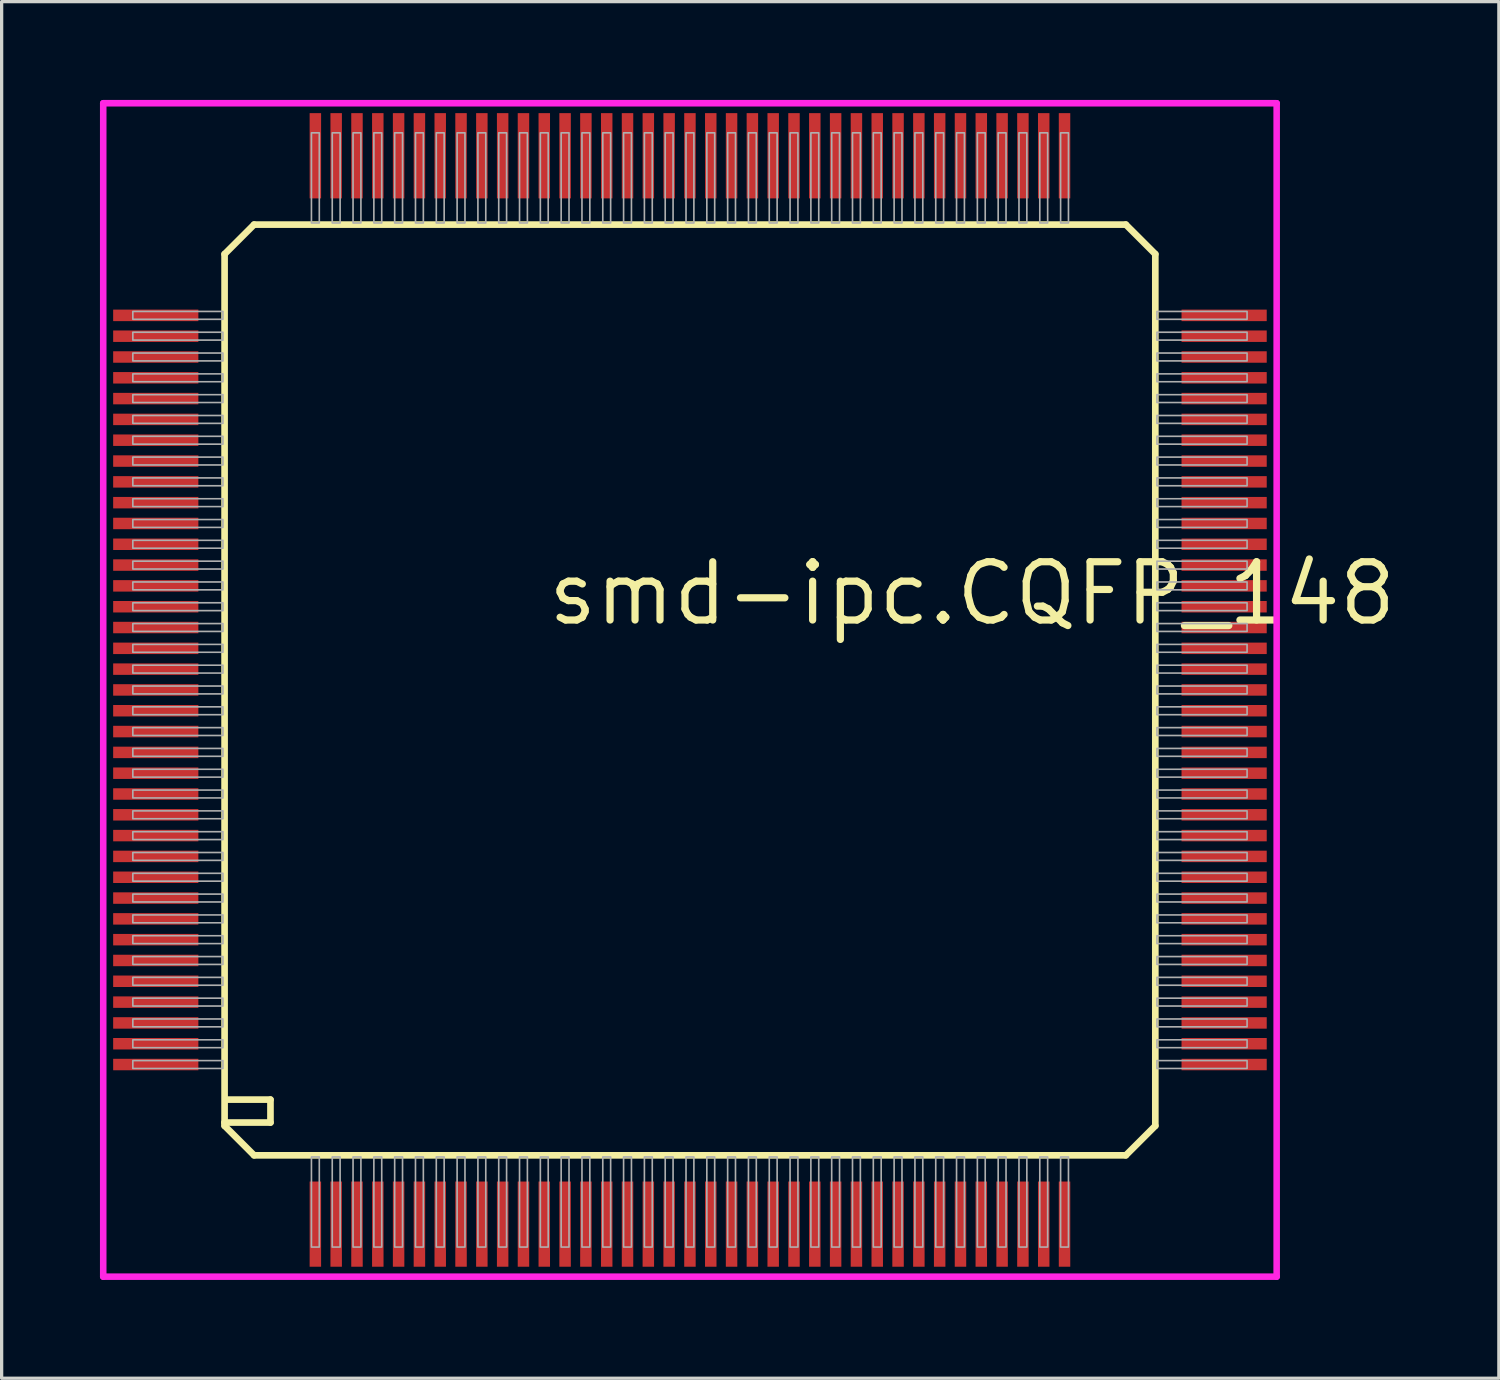
<source format=kicad_pcb>
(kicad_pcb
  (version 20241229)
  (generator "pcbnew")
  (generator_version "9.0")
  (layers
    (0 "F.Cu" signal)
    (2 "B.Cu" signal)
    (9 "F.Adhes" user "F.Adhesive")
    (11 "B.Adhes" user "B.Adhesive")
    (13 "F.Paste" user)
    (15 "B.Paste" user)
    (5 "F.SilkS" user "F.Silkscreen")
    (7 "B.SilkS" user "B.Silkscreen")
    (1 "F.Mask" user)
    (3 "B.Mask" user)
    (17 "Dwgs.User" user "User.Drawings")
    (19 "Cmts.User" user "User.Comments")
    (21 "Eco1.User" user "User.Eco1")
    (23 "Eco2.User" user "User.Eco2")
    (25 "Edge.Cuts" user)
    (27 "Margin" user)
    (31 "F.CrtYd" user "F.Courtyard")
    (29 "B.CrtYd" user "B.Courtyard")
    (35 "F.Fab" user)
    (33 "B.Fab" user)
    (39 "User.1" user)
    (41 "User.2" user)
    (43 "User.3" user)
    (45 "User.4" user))
  (footprint "smd-ipc.CQFP_148"
    (layer "F.Cu")
    (at 18.003 18.003)
    (property "Reference" "smd-ipc.CQFP_148" (at -4.445 -1.905 0) (layer "F.SilkS") (effects (font (size 1.778 1.778) (thickness 0.22)) (justify left bottom)))
    (attr smd)
    (fp_line (start -14.2 -13.3) (end -14.2 13.2) (stroke (width 0.203) (type default)) (layer "F.SilkS"))
    (fp_line (start -14.2 -13.3) (end -13.3 -14.2) (stroke (width 0.203) (type default)) (layer "F.SilkS"))
    (fp_line (start -14.2 13.2) (end -14.2 13.3) (stroke (width 0.203) (type default)) (layer "F.SilkS"))
    (fp_line (start -14.2 13.2) (end -12.8 13.2) (stroke (width 0.203) (type default)) (layer "F.SilkS"))
    (fp_line (start -14.2 13.3) (end -13.3 14.2) (stroke (width 0.203) (type default)) (layer "F.SilkS"))
    (fp_line (start -13.3 14.2) (end 13.3 14.2) (stroke (width 0.203) (type default)) (layer "F.SilkS"))
    (fp_line (start -12.8 12.5) (end -14.1 12.5) (stroke (width 0.203) (type default)) (layer "F.SilkS"))
    (fp_line (start -12.8 13.2) (end -12.8 12.5) (stroke (width 0.203) (type default)) (layer "F.SilkS"))
    (fp_line (start 13.3 -14.2) (end -13.3 -14.2) (stroke (width 0.203) (type default)) (layer "F.SilkS"))
    (fp_line (start 13.3 -14.2) (end 14.2 -13.3) (stroke (width 0.203) (type default)) (layer "F.SilkS"))
    (fp_line (start 13.3 14.2) (end 14.2 13.3) (stroke (width 0.203) (type default)) (layer "F.SilkS"))
    (fp_line (start 14.2 13.3) (end 14.2 -13.3) (stroke (width 0.203) (type default)) (layer "F.SilkS"))
    (fp_line (start -17.903 -17.903) (end 17.903 -17.903) (stroke (width 0.2) (type default)) (layer "F.CrtYd"))
    (fp_line (start -17.903 17.903) (end -17.903 -17.903) (stroke (width 0.2) (type default)) (layer "F.CrtYd"))
    (fp_line (start 17.903 -17.903) (end 17.903 17.903) (stroke (width 0.2) (type default)) (layer "F.CrtYd"))
    (fp_line (start 17.903 17.903) (end -17.903 17.903) (stroke (width 0.2) (type default)) (layer "F.CrtYd"))
    (fp_rect (start -17 -11.31) (end -14.25 -11.55) (stroke (width 0.05) (type default)) (fill no) (layer "F.Fab"))
    (fp_rect (start -17 -10.675) (end -14.25 -10.915) (stroke (width 0.05) (type default)) (fill no) (layer "F.Fab"))
    (fp_rect (start -17 -10.04) (end -14.25 -10.28) (stroke (width 0.05) (type default)) (fill no) (layer "F.Fab"))
    (fp_rect (start -17 -9.405) (end -14.25 -9.645) (stroke (width 0.05) (type default)) (fill no) (layer "F.Fab"))
    (fp_rect (start -17 -8.77) (end -14.25 -9.01) (stroke (width 0.05) (type default)) (fill no) (layer "F.Fab"))
    (fp_rect (start -17 -8.135) (end -14.25 -8.375) (stroke (width 0.05) (type default)) (fill no) (layer "F.Fab"))
    (fp_rect (start -17 -7.5) (end -14.25 -7.74) (stroke (width 0.05) (type default)) (fill no) (layer "F.Fab"))
    (fp_rect (start -17 -6.865) (end -14.25 -7.105) (stroke (width 0.05) (type default)) (fill no) (layer "F.Fab"))
    (fp_rect (start -17 -6.23) (end -14.25 -6.47) (stroke (width 0.05) (type default)) (fill no) (layer "F.Fab"))
    (fp_rect (start -17 -5.595) (end -14.25 -5.835) (stroke (width 0.05) (type default)) (fill no) (layer "F.Fab"))
    (fp_rect (start -17 -4.96) (end -14.25 -5.2) (stroke (width 0.05) (type default)) (fill no) (layer "F.Fab"))
    (fp_rect (start -17 -4.325) (end -14.25 -4.565) (stroke (width 0.05) (type default)) (fill no) (layer "F.Fab"))
    (fp_rect (start -17 -3.69) (end -14.25 -3.93) (stroke (width 0.05) (type default)) (fill no) (layer "F.Fab"))
    (fp_rect (start -17 -3.055) (end -14.25 -3.295) (stroke (width 0.05) (type default)) (fill no) (layer "F.Fab"))
    (fp_rect (start -17 -2.42) (end -14.25 -2.66) (stroke (width 0.05) (type default)) (fill no) (layer "F.Fab"))
    (fp_rect (start -17 -1.785) (end -14.25 -2.025) (stroke (width 0.05) (type default)) (fill no) (layer "F.Fab"))
    (fp_rect (start -17 -1.15) (end -14.25 -1.39) (stroke (width 0.05) (type default)) (fill no) (layer "F.Fab"))
    (fp_rect (start -17 -0.515) (end -14.25 -0.755) (stroke (width 0.05) (type default)) (fill no) (layer "F.Fab"))
    (fp_rect (start -17 0.12) (end -14.25 -0.12) (stroke (width 0.05) (type default)) (fill no) (layer "F.Fab"))
    (fp_rect (start -17 0.755) (end -14.25 0.515) (stroke (width 0.05) (type default)) (fill no) (layer "F.Fab"))
    (fp_rect (start -17 1.39) (end -14.25 1.15) (stroke (width 0.05) (type default)) (fill no) (layer "F.Fab"))
    (fp_rect (start -17 2.025) (end -14.25 1.785) (stroke (width 0.05) (type default)) (fill no) (layer "F.Fab"))
    (fp_rect (start -17 2.66) (end -14.25 2.42) (stroke (width 0.05) (type default)) (fill no) (layer "F.Fab"))
    (fp_rect (start -17 3.295) (end -14.25 3.055) (stroke (width 0.05) (type default)) (fill no) (layer "F.Fab"))
    (fp_rect (start -17 3.93) (end -14.25 3.69) (stroke (width 0.05) (type default)) (fill no) (layer "F.Fab"))
    (fp_rect (start -17 4.565) (end -14.25 4.325) (stroke (width 0.05) (type default)) (fill no) (layer "F.Fab"))
    (fp_rect (start -17 5.2) (end -14.25 4.96) (stroke (width 0.05) (type default)) (fill no) (layer "F.Fab"))
    (fp_rect (start -17 5.835) (end -14.25 5.595) (stroke (width 0.05) (type default)) (fill no) (layer "F.Fab"))
    (fp_rect (start -17 6.47) (end -14.25 6.23) (stroke (width 0.05) (type default)) (fill no) (layer "F.Fab"))
    (fp_rect (start -17 7.105) (end -14.25 6.865) (stroke (width 0.05) (type default)) (fill no) (layer "F.Fab"))
    (fp_rect (start -17 7.74) (end -14.25 7.5) (stroke (width 0.05) (type default)) (fill no) (layer "F.Fab"))
    (fp_rect (start -17 8.375) (end -14.25 8.135) (stroke (width 0.05) (type default)) (fill no) (layer "F.Fab"))
    (fp_rect (start -17 9.01) (end -14.25 8.77) (stroke (width 0.05) (type default)) (fill no) (layer "F.Fab"))
    (fp_rect (start -17 9.645) (end -14.25 9.405) (stroke (width 0.05) (type default)) (fill no) (layer "F.Fab"))
    (fp_rect (start -17 10.28) (end -14.25 10.04) (stroke (width 0.05) (type default)) (fill no) (layer "F.Fab"))
    (fp_rect (start -17 10.915) (end -14.25 10.675) (stroke (width 0.05) (type default)) (fill no) (layer "F.Fab"))
    (fp_rect (start -17 11.55) (end -14.25 11.31) (stroke (width 0.05) (type default)) (fill no) (layer "F.Fab"))
    (fp_rect (start -11.55 -14.25) (end -11.31 -17) (stroke (width 0.05) (type default)) (fill no) (layer "F.Fab"))
    (fp_rect (start -11.55 17) (end -11.31 14.25) (stroke (width 0.05) (type default)) (fill no) (layer "F.Fab"))
    (fp_rect (start -10.915 -14.25) (end -10.675 -17) (stroke (width 0.05) (type default)) (fill no) (layer "F.Fab"))
    (fp_rect (start -10.915 17) (end -10.675 14.25) (stroke (width 0.05) (type default)) (fill no) (layer "F.Fab"))
    (fp_rect (start -10.28 -14.25) (end -10.04 -17) (stroke (width 0.05) (type default)) (fill no) (layer "F.Fab"))
    (fp_rect (start -10.28 17) (end -10.04 14.25) (stroke (width 0.05) (type default)) (fill no) (layer "F.Fab"))
    (fp_rect (start -9.645 -14.25) (end -9.405 -17) (stroke (width 0.05) (type default)) (fill no) (layer "F.Fab"))
    (fp_rect (start -9.645 17) (end -9.405 14.25) (stroke (width 0.05) (type default)) (fill no) (layer "F.Fab"))
    (fp_rect (start -9.01 -14.25) (end -8.77 -17) (stroke (width 0.05) (type default)) (fill no) (layer "F.Fab"))
    (fp_rect (start -9.01 17) (end -8.77 14.25) (stroke (width 0.05) (type default)) (fill no) (layer "F.Fab"))
    (fp_rect (start -8.375 -14.25) (end -8.135 -17) (stroke (width 0.05) (type default)) (fill no) (layer "F.Fab"))
    (fp_rect (start -8.375 17) (end -8.135 14.25) (stroke (width 0.05) (type default)) (fill no) (layer "F.Fab"))
    (fp_rect (start -7.74 -14.25) (end -7.5 -17) (stroke (width 0.05) (type default)) (fill no) (layer "F.Fab"))
    (fp_rect (start -7.74 17) (end -7.5 14.25) (stroke (width 0.05) (type default)) (fill no) (layer "F.Fab"))
    (fp_rect (start -7.105 -14.25) (end -6.865 -17) (stroke (width 0.05) (type default)) (fill no) (layer "F.Fab"))
    (fp_rect (start -7.105 17) (end -6.865 14.25) (stroke (width 0.05) (type default)) (fill no) (layer "F.Fab"))
    (fp_rect (start -6.47 -14.25) (end -6.23 -17) (stroke (width 0.05) (type default)) (fill no) (layer "F.Fab"))
    (fp_rect (start -6.47 17) (end -6.23 14.25) (stroke (width 0.05) (type default)) (fill no) (layer "F.Fab"))
    (fp_rect (start -5.835 -14.25) (end -5.595 -17) (stroke (width 0.05) (type default)) (fill no) (layer "F.Fab"))
    (fp_rect (start -5.835 17) (end -5.595 14.25) (stroke (width 0.05) (type default)) (fill no) (layer "F.Fab"))
    (fp_rect (start -5.2 -14.25) (end -4.96 -17) (stroke (width 0.05) (type default)) (fill no) (layer "F.Fab"))
    (fp_rect (start -5.2 17) (end -4.96 14.25) (stroke (width 0.05) (type default)) (fill no) (layer "F.Fab"))
    (fp_rect (start -4.565 -14.25) (end -4.325 -17) (stroke (width 0.05) (type default)) (fill no) (layer "F.Fab"))
    (fp_rect (start -4.565 17) (end -4.325 14.25) (stroke (width 0.05) (type default)) (fill no) (layer "F.Fab"))
    (fp_rect (start -3.93 -14.25) (end -3.69 -17) (stroke (width 0.05) (type default)) (fill no) (layer "F.Fab"))
    (fp_rect (start -3.93 17) (end -3.69 14.25) (stroke (width 0.05) (type default)) (fill no) (layer "F.Fab"))
    (fp_rect (start -3.295 -14.25) (end -3.055 -17) (stroke (width 0.05) (type default)) (fill no) (layer "F.Fab"))
    (fp_rect (start -3.295 17) (end -3.055 14.25) (stroke (width 0.05) (type default)) (fill no) (layer "F.Fab"))
    (fp_rect (start -2.66 -14.25) (end -2.42 -17) (stroke (width 0.05) (type default)) (fill no) (layer "F.Fab"))
    (fp_rect (start -2.66 17) (end -2.42 14.25) (stroke (width 0.05) (type default)) (fill no) (layer "F.Fab"))
    (fp_rect (start -2.025 -14.25) (end -1.785 -17) (stroke (width 0.05) (type default)) (fill no) (layer "F.Fab"))
    (fp_rect (start -2.025 17) (end -1.785 14.25) (stroke (width 0.05) (type default)) (fill no) (layer "F.Fab"))
    (fp_rect (start -1.39 -14.25) (end -1.15 -17) (stroke (width 0.05) (type default)) (fill no) (layer "F.Fab"))
    (fp_rect (start -1.39 17) (end -1.15 14.25) (stroke (width 0.05) (type default)) (fill no) (layer "F.Fab"))
    (fp_rect (start -0.755 -14.25) (end -0.515 -17) (stroke (width 0.05) (type default)) (fill no) (layer "F.Fab"))
    (fp_rect (start -0.755 17) (end -0.515 14.25) (stroke (width 0.05) (type default)) (fill no) (layer "F.Fab"))
    (fp_rect (start -0.12 -14.25) (end 0.12 -17) (stroke (width 0.05) (type default)) (fill no) (layer "F.Fab"))
    (fp_rect (start -0.12 17) (end 0.12 14.25) (stroke (width 0.05) (type default)) (fill no) (layer "F.Fab"))
    (fp_rect (start 0.515 -14.25) (end 0.755 -17) (stroke (width 0.05) (type default)) (fill no) (layer "F.Fab"))
    (fp_rect (start 0.515 17) (end 0.755 14.25) (stroke (width 0.05) (type default)) (fill no) (layer "F.Fab"))
    (fp_rect (start 1.15 -14.25) (end 1.39 -17) (stroke (width 0.05) (type default)) (fill no) (layer "F.Fab"))
    (fp_rect (start 1.15 17) (end 1.39 14.25) (stroke (width 0.05) (type default)) (fill no) (layer "F.Fab"))
    (fp_rect (start 1.785 -14.25) (end 2.025 -17) (stroke (width 0.05) (type default)) (fill no) (layer "F.Fab"))
    (fp_rect (start 1.785 17) (end 2.025 14.25) (stroke (width 0.05) (type default)) (fill no) (layer "F.Fab"))
    (fp_rect (start 2.42 -14.25) (end 2.66 -17) (stroke (width 0.05) (type default)) (fill no) (layer "F.Fab"))
    (fp_rect (start 2.42 17) (end 2.66 14.25) (stroke (width 0.05) (type default)) (fill no) (layer "F.Fab"))
    (fp_rect (start 3.055 -14.25) (end 3.295 -17) (stroke (width 0.05) (type default)) (fill no) (layer "F.Fab"))
    (fp_rect (start 3.055 17) (end 3.295 14.25) (stroke (width 0.05) (type default)) (fill no) (layer "F.Fab"))
    (fp_rect (start 3.69 -14.25) (end 3.93 -17) (stroke (width 0.05) (type default)) (fill no) (layer "F.Fab"))
    (fp_rect (start 3.69 17) (end 3.93 14.25) (stroke (width 0.05) (type default)) (fill no) (layer "F.Fab"))
    (fp_rect (start 4.325 -14.25) (end 4.565 -17) (stroke (width 0.05) (type default)) (fill no) (layer "F.Fab"))
    (fp_rect (start 4.325 17) (end 4.565 14.25) (stroke (width 0.05) (type default)) (fill no) (layer "F.Fab"))
    (fp_rect (start 4.96 -14.25) (end 5.2 -17) (stroke (width 0.05) (type default)) (fill no) (layer "F.Fab"))
    (fp_rect (start 4.96 17) (end 5.2 14.25) (stroke (width 0.05) (type default)) (fill no) (layer "F.Fab"))
    (fp_rect (start 5.595 -14.25) (end 5.835 -17) (stroke (width 0.05) (type default)) (fill no) (layer "F.Fab"))
    (fp_rect (start 5.595 17) (end 5.835 14.25) (stroke (width 0.05) (type default)) (fill no) (layer "F.Fab"))
    (fp_rect (start 6.23 -14.25) (end 6.47 -17) (stroke (width 0.05) (type default)) (fill no) (layer "F.Fab"))
    (fp_rect (start 6.23 17) (end 6.47 14.25) (stroke (width 0.05) (type default)) (fill no) (layer "F.Fab"))
    (fp_rect (start 6.865 -14.25) (end 7.105 -17) (stroke (width 0.05) (type default)) (fill no) (layer "F.Fab"))
    (fp_rect (start 6.865 17) (end 7.105 14.25) (stroke (width 0.05) (type default)) (fill no) (layer "F.Fab"))
    (fp_rect (start 7.5 -14.25) (end 7.74 -17) (stroke (width 0.05) (type default)) (fill no) (layer "F.Fab"))
    (fp_rect (start 7.5 17) (end 7.74 14.25) (stroke (width 0.05) (type default)) (fill no) (layer "F.Fab"))
    (fp_rect (start 8.135 -14.25) (end 8.375 -17) (stroke (width 0.05) (type default)) (fill no) (layer "F.Fab"))
    (fp_rect (start 8.135 17) (end 8.375 14.25) (stroke (width 0.05) (type default)) (fill no) (layer "F.Fab"))
    (fp_rect (start 8.77 -14.25) (end 9.01 -17) (stroke (width 0.05) (type default)) (fill no) (layer "F.Fab"))
    (fp_rect (start 8.77 17) (end 9.01 14.25) (stroke (width 0.05) (type default)) (fill no) (layer "F.Fab"))
    (fp_rect (start 9.405 -14.25) (end 9.645 -17) (stroke (width 0.05) (type default)) (fill no) (layer "F.Fab"))
    (fp_rect (start 9.405 17) (end 9.645 14.25) (stroke (width 0.05) (type default)) (fill no) (layer "F.Fab"))
    (fp_rect (start 10.04 -14.25) (end 10.28 -17) (stroke (width 0.05) (type default)) (fill no) (layer "F.Fab"))
    (fp_rect (start 10.04 17) (end 10.28 14.25) (stroke (width 0.05) (type default)) (fill no) (layer "F.Fab"))
    (fp_rect (start 10.675 -14.25) (end 10.915 -17) (stroke (width 0.05) (type default)) (fill no) (layer "F.Fab"))
    (fp_rect (start 10.675 17) (end 10.915 14.25) (stroke (width 0.05) (type default)) (fill no) (layer "F.Fab"))
    (fp_rect (start 11.31 -14.25) (end 11.55 -17) (stroke (width 0.05) (type default)) (fill no) (layer "F.Fab"))
    (fp_rect (start 11.31 17) (end 11.55 14.25) (stroke (width 0.05) (type default)) (fill no) (layer "F.Fab"))
    (fp_rect (start 14.25 -11.31) (end 17 -11.55) (stroke (width 0.05) (type default)) (fill no) (layer "F.Fab"))
    (fp_rect (start 14.25 -10.675) (end 17 -10.915) (stroke (width 0.05) (type default)) (fill no) (layer "F.Fab"))
    (fp_rect (start 14.25 -10.04) (end 17 -10.28) (stroke (width 0.05) (type default)) (fill no) (layer "F.Fab"))
    (fp_rect (start 14.25 -9.405) (end 17 -9.645) (stroke (width 0.05) (type default)) (fill no) (layer "F.Fab"))
    (fp_rect (start 14.25 -8.77) (end 17 -9.01) (stroke (width 0.05) (type default)) (fill no) (layer "F.Fab"))
    (fp_rect (start 14.25 -8.135) (end 17 -8.375) (stroke (width 0.05) (type default)) (fill no) (layer "F.Fab"))
    (fp_rect (start 14.25 -7.5) (end 17 -7.74) (stroke (width 0.05) (type default)) (fill no) (layer "F.Fab"))
    (fp_rect (start 14.25 -6.865) (end 17 -7.105) (stroke (width 0.05) (type default)) (fill no) (layer "F.Fab"))
    (fp_rect (start 14.25 -6.23) (end 17 -6.47) (stroke (width 0.05) (type default)) (fill no) (layer "F.Fab"))
    (fp_rect (start 14.25 -5.595) (end 17 -5.835) (stroke (width 0.05) (type default)) (fill no) (layer "F.Fab"))
    (fp_rect (start 14.25 -4.96) (end 17 -5.2) (stroke (width 0.05) (type default)) (fill no) (layer "F.Fab"))
    (fp_rect (start 14.25 -4.325) (end 17 -4.565) (stroke (width 0.05) (type default)) (fill no) (layer "F.Fab"))
    (fp_rect (start 14.25 -3.69) (end 17 -3.93) (stroke (width 0.05) (type default)) (fill no) (layer "F.Fab"))
    (fp_rect (start 14.25 -3.055) (end 17 -3.295) (stroke (width 0.05) (type default)) (fill no) (layer "F.Fab"))
    (fp_rect (start 14.25 -2.42) (end 17 -2.66) (stroke (width 0.05) (type default)) (fill no) (layer "F.Fab"))
    (fp_rect (start 14.25 -1.785) (end 17 -2.025) (stroke (width 0.05) (type default)) (fill no) (layer "F.Fab"))
    (fp_rect (start 14.25 -1.15) (end 17 -1.39) (stroke (width 0.05) (type default)) (fill no) (layer "F.Fab"))
    (fp_rect (start 14.25 -0.515) (end 17 -0.755) (stroke (width 0.05) (type default)) (fill no) (layer "F.Fab"))
    (fp_rect (start 14.25 0.12) (end 17 -0.12) (stroke (width 0.05) (type default)) (fill no) (layer "F.Fab"))
    (fp_rect (start 14.25 0.755) (end 17 0.515) (stroke (width 0.05) (type default)) (fill no) (layer "F.Fab"))
    (fp_rect (start 14.25 1.39) (end 17 1.15) (stroke (width 0.05) (type default)) (fill no) (layer "F.Fab"))
    (fp_rect (start 14.25 2.025) (end 17 1.785) (stroke (width 0.05) (type default)) (fill no) (layer "F.Fab"))
    (fp_rect (start 14.25 2.66) (end 17 2.42) (stroke (width 0.05) (type default)) (fill no) (layer "F.Fab"))
    (fp_rect (start 14.25 3.295) (end 17 3.055) (stroke (width 0.05) (type default)) (fill no) (layer "F.Fab"))
    (fp_rect (start 14.25 3.93) (end 17 3.69) (stroke (width 0.05) (type default)) (fill no) (layer "F.Fab"))
    (fp_rect (start 14.25 4.565) (end 17 4.325) (stroke (width 0.05) (type default)) (fill no) (layer "F.Fab"))
    (fp_rect (start 14.25 5.2) (end 17 4.96) (stroke (width 0.05) (type default)) (fill no) (layer "F.Fab"))
    (fp_rect (start 14.25 5.835) (end 17 5.595) (stroke (width 0.05) (type default)) (fill no) (layer "F.Fab"))
    (fp_rect (start 14.25 6.47) (end 17 6.23) (stroke (width 0.05) (type default)) (fill no) (layer "F.Fab"))
    (fp_rect (start 14.25 7.105) (end 17 6.865) (stroke (width 0.05) (type default)) (fill no) (layer "F.Fab"))
    (fp_rect (start 14.25 7.74) (end 17 7.5) (stroke (width 0.05) (type default)) (fill no) (layer "F.Fab"))
    (fp_rect (start 14.25 8.375) (end 17 8.135) (stroke (width 0.05) (type default)) (fill no) (layer "F.Fab"))
    (fp_rect (start 14.25 9.01) (end 17 8.77) (stroke (width 0.05) (type default)) (fill no) (layer "F.Fab"))
    (fp_rect (start 14.25 9.645) (end 17 9.405) (stroke (width 0.05) (type default)) (fill no) (layer "F.Fab"))
    (fp_rect (start 14.25 10.28) (end 17 10.04) (stroke (width 0.05) (type default)) (fill no) (layer "F.Fab"))
    (fp_rect (start 14.25 10.915) (end 17 10.675) (stroke (width 0.05) (type default)) (fill no) (layer "F.Fab"))
    (fp_rect (start 14.25 11.55) (end 17 11.31) (stroke (width 0.05) (type default)) (fill no) (layer "F.Fab"))
    (pad "1" smd roundrect (at -11.43 16.3) (size 0.35 2.6) (layers "F.Cu" "F.Mask" "F.Paste") (roundrect_rratio 0.01))
    (pad "2" smd roundrect (at -10.795 16.3) (size 0.35 2.6) (layers "F.Cu" "F.Mask" "F.Paste") (roundrect_rratio 0.01))
    (pad "3" smd roundrect (at -10.16 16.3) (size 0.35 2.6) (layers "F.Cu" "F.Mask" "F.Paste") (roundrect_rratio 0.01))
    (pad "4" smd roundrect (at -9.525 16.3) (size 0.35 2.6) (layers "F.Cu" "F.Mask" "F.Paste") (roundrect_rratio 0.01))
    (pad "5" smd roundrect (at -8.89 16.3) (size 0.35 2.6) (layers "F.Cu" "F.Mask" "F.Paste") (roundrect_rratio 0.01))
    (pad "6" smd roundrect (at -8.255 16.3) (size 0.35 2.6) (layers "F.Cu" "F.Mask" "F.Paste") (roundrect_rratio 0.01))
    (pad "7" smd roundrect (at -7.62 16.3) (size 0.35 2.6) (layers "F.Cu" "F.Mask" "F.Paste") (roundrect_rratio 0.01))
    (pad "8" smd roundrect (at -6.985 16.3) (size 0.35 2.6) (layers "F.Cu" "F.Mask" "F.Paste") (roundrect_rratio 0.01))
    (pad "9" smd roundrect (at -6.35 16.3) (size 0.35 2.6) (layers "F.Cu" "F.Mask" "F.Paste") (roundrect_rratio 0.01))
    (pad "10" smd roundrect (at -5.715 16.3) (size 0.35 2.6) (layers "F.Cu" "F.Mask" "F.Paste") (roundrect_rratio 0.01))
    (pad "11" smd roundrect (at -5.08 16.3) (size 0.35 2.6) (layers "F.Cu" "F.Mask" "F.Paste") (roundrect_rratio 0.01))
    (pad "12" smd roundrect (at -4.445 16.3) (size 0.35 2.6) (layers "F.Cu" "F.Mask" "F.Paste") (roundrect_rratio 0.01))
    (pad "13" smd roundrect (at -3.81 16.3) (size 0.35 2.6) (layers "F.Cu" "F.Mask" "F.Paste") (roundrect_rratio 0.01))
    (pad "14" smd roundrect (at -3.175 16.3) (size 0.35 2.6) (layers "F.Cu" "F.Mask" "F.Paste") (roundrect_rratio 0.01))
    (pad "15" smd roundrect (at -2.54 16.3) (size 0.35 2.6) (layers "F.Cu" "F.Mask" "F.Paste") (roundrect_rratio 0.01))
    (pad "16" smd roundrect (at -1.905 16.3) (size 0.35 2.6) (layers "F.Cu" "F.Mask" "F.Paste") (roundrect_rratio 0.01))
    (pad "17" smd roundrect (at -1.27 16.3) (size 0.35 2.6) (layers "F.Cu" "F.Mask" "F.Paste") (roundrect_rratio 0.01))
    (pad "18" smd roundrect (at -0.635 16.3) (size 0.35 2.6) (layers "F.Cu" "F.Mask" "F.Paste") (roundrect_rratio 0.01))
    (pad "19" smd roundrect (at 0 16.3) (size 0.35 2.6) (layers "F.Cu" "F.Mask" "F.Paste") (roundrect_rratio 0.01))
    (pad "20" smd roundrect (at 0.635 16.3) (size 0.35 2.6) (layers "F.Cu" "F.Mask" "F.Paste") (roundrect_rratio 0.01))
    (pad "21" smd roundrect (at 1.27 16.3) (size 0.35 2.6) (layers "F.Cu" "F.Mask" "F.Paste") (roundrect_rratio 0.01))
    (pad "22" smd roundrect (at 1.905 16.3) (size 0.35 2.6) (layers "F.Cu" "F.Mask" "F.Paste") (roundrect_rratio 0.01))
    (pad "23" smd roundrect (at 2.54 16.3) (size 0.35 2.6) (layers "F.Cu" "F.Mask" "F.Paste") (roundrect_rratio 0.01))
    (pad "24" smd roundrect (at 3.175 16.3) (size 0.35 2.6) (layers "F.Cu" "F.Mask" "F.Paste") (roundrect_rratio 0.01))
    (pad "25" smd roundrect (at 3.81 16.3) (size 0.35 2.6) (layers "F.Cu" "F.Mask" "F.Paste") (roundrect_rratio 0.01))
    (pad "26" smd roundrect (at 4.445 16.3) (size 0.35 2.6) (layers "F.Cu" "F.Mask" "F.Paste") (roundrect_rratio 0.01))
    (pad "27" smd roundrect (at 5.08 16.3) (size 0.35 2.6) (layers "F.Cu" "F.Mask" "F.Paste") (roundrect_rratio 0.01))
    (pad "28" smd roundrect (at 5.715 16.3) (size 0.35 2.6) (layers "F.Cu" "F.Mask" "F.Paste") (roundrect_rratio 0.01))
    (pad "29" smd roundrect (at 6.35 16.3) (size 0.35 2.6) (layers "F.Cu" "F.Mask" "F.Paste") (roundrect_rratio 0.01))
    (pad "30" smd roundrect (at 6.985 16.3) (size 0.35 2.6) (layers "F.Cu" "F.Mask" "F.Paste") (roundrect_rratio 0.01))
    (pad "31" smd roundrect (at 7.62 16.3) (size 0.35 2.6) (layers "F.Cu" "F.Mask" "F.Paste") (roundrect_rratio 0.01))
    (pad "32" smd roundrect (at 8.255 16.3) (size 0.35 2.6) (layers "F.Cu" "F.Mask" "F.Paste") (roundrect_rratio 0.01))
    (pad "33" smd roundrect (at 8.89 16.3) (size 0.35 2.6) (layers "F.Cu" "F.Mask" "F.Paste") (roundrect_rratio 0.01))
    (pad "34" smd roundrect (at 9.525 16.3) (size 0.35 2.6) (layers "F.Cu" "F.Mask" "F.Paste") (roundrect_rratio 0.01))
    (pad "35" smd roundrect (at 10.16 16.3) (size 0.35 2.6) (layers "F.Cu" "F.Mask" "F.Paste") (roundrect_rratio 0.01))
    (pad "36" smd roundrect (at 10.795 16.3) (size 0.35 2.6) (layers "F.Cu" "F.Mask" "F.Paste") (roundrect_rratio 0.01))
    (pad "37" smd roundrect (at 11.43 16.3) (size 0.35 2.6) (layers "F.Cu" "F.Mask" "F.Paste") (roundrect_rratio 0.01))
    (pad "38" smd roundrect (at 16.3 11.43) (size 2.6 0.35) (layers "F.Cu" "F.Mask" "F.Paste") (roundrect_rratio 0.01))
    (pad "39" smd roundrect (at 16.3 10.795) (size 2.6 0.35) (layers "F.Cu" "F.Mask" "F.Paste") (roundrect_rratio 0.01))
    (pad "40" smd roundrect (at 16.3 10.16) (size 2.6 0.35) (layers "F.Cu" "F.Mask" "F.Paste") (roundrect_rratio 0.01))
    (pad "41" smd roundrect (at 16.3 9.525) (size 2.6 0.35) (layers "F.Cu" "F.Mask" "F.Paste") (roundrect_rratio 0.01))
    (pad "42" smd roundrect (at 16.3 8.89) (size 2.6 0.35) (layers "F.Cu" "F.Mask" "F.Paste") (roundrect_rratio 0.01))
    (pad "43" smd roundrect (at 16.3 8.255) (size 2.6 0.35) (layers "F.Cu" "F.Mask" "F.Paste") (roundrect_rratio 0.01))
    (pad "44" smd roundrect (at 16.3 7.62) (size 2.6 0.35) (layers "F.Cu" "F.Mask" "F.Paste") (roundrect_rratio 0.01))
    (pad "45" smd roundrect (at 16.3 6.985) (size 2.6 0.35) (layers "F.Cu" "F.Mask" "F.Paste") (roundrect_rratio 0.01))
    (pad "46" smd roundrect (at 16.3 6.35) (size 2.6 0.35) (layers "F.Cu" "F.Mask" "F.Paste") (roundrect_rratio 0.01))
    (pad "47" smd roundrect (at 16.3 5.715) (size 2.6 0.35) (layers "F.Cu" "F.Mask" "F.Paste") (roundrect_rratio 0.01))
    (pad "48" smd roundrect (at 16.3 5.08) (size 2.6 0.35) (layers "F.Cu" "F.Mask" "F.Paste") (roundrect_rratio 0.01))
    (pad "49" smd roundrect (at 16.3 4.445) (size 2.6 0.35) (layers "F.Cu" "F.Mask" "F.Paste") (roundrect_rratio 0.01))
    (pad "50" smd roundrect (at 16.3 3.81) (size 2.6 0.35) (layers "F.Cu" "F.Mask" "F.Paste") (roundrect_rratio 0.01))
    (pad "51" smd roundrect (at 16.3 3.175) (size 2.6 0.35) (layers "F.Cu" "F.Mask" "F.Paste") (roundrect_rratio 0.01))
    (pad "52" smd roundrect (at 16.3 2.54) (size 2.6 0.35) (layers "F.Cu" "F.Mask" "F.Paste") (roundrect_rratio 0.01))
    (pad "53" smd roundrect (at 16.3 1.905) (size 2.6 0.35) (layers "F.Cu" "F.Mask" "F.Paste") (roundrect_rratio 0.01))
    (pad "54" smd roundrect (at 16.3 1.27) (size 2.6 0.35) (layers "F.Cu" "F.Mask" "F.Paste") (roundrect_rratio 0.01))
    (pad "55" smd roundrect (at 16.3 0.635) (size 2.6 0.35) (layers "F.Cu" "F.Mask" "F.Paste") (roundrect_rratio 0.01))
    (pad "56" smd roundrect (at 16.3 0) (size 2.6 0.35) (layers "F.Cu" "F.Mask" "F.Paste") (roundrect_rratio 0.01))
    (pad "57" smd roundrect (at 16.3 -0.635) (size 2.6 0.35) (layers "F.Cu" "F.Mask" "F.Paste") (roundrect_rratio 0.01))
    (pad "58" smd roundrect (at 16.3 -1.27) (size 2.6 0.35) (layers "F.Cu" "F.Mask" "F.Paste") (roundrect_rratio 0.01))
    (pad "59" smd roundrect (at 16.3 -1.905) (size 2.6 0.35) (layers "F.Cu" "F.Mask" "F.Paste") (roundrect_rratio 0.01))
    (pad "60" smd roundrect (at 16.3 -2.54) (size 2.6 0.35) (layers "F.Cu" "F.Mask" "F.Paste") (roundrect_rratio 0.01))
    (pad "61" smd roundrect (at 16.3 -3.175) (size 2.6 0.35) (layers "F.Cu" "F.Mask" "F.Paste") (roundrect_rratio 0.01))
    (pad "62" smd roundrect (at 16.3 -3.81) (size 2.6 0.35) (layers "F.Cu" "F.Mask" "F.Paste") (roundrect_rratio 0.01))
    (pad "63" smd roundrect (at 16.3 -4.445) (size 2.6 0.35) (layers "F.Cu" "F.Mask" "F.Paste") (roundrect_rratio 0.01))
    (pad "64" smd roundrect (at 16.3 -5.08) (size 2.6 0.35) (layers "F.Cu" "F.Mask" "F.Paste") (roundrect_rratio 0.01))
    (pad "65" smd roundrect (at 16.3 -5.715) (size 2.6 0.35) (layers "F.Cu" "F.Mask" "F.Paste") (roundrect_rratio 0.01))
    (pad "66" smd roundrect (at 16.3 -6.35) (size 2.6 0.35) (layers "F.Cu" "F.Mask" "F.Paste") (roundrect_rratio 0.01))
    (pad "67" smd roundrect (at 16.3 -6.985) (size 2.6 0.35) (layers "F.Cu" "F.Mask" "F.Paste") (roundrect_rratio 0.01))
    (pad "68" smd roundrect (at 16.3 -7.62) (size 2.6 0.35) (layers "F.Cu" "F.Mask" "F.Paste") (roundrect_rratio 0.01))
    (pad "69" smd roundrect (at 16.3 -8.255) (size 2.6 0.35) (layers "F.Cu" "F.Mask" "F.Paste") (roundrect_rratio 0.01))
    (pad "70" smd roundrect (at 16.3 -8.89) (size 2.6 0.35) (layers "F.Cu" "F.Mask" "F.Paste") (roundrect_rratio 0.01))
    (pad "71" smd roundrect (at 16.3 -9.525) (size 2.6 0.35) (layers "F.Cu" "F.Mask" "F.Paste") (roundrect_rratio 0.01))
    (pad "72" smd roundrect (at 16.3 -10.16) (size 2.6 0.35) (layers "F.Cu" "F.Mask" "F.Paste") (roundrect_rratio 0.01))
    (pad "73" smd roundrect (at 16.3 -10.795) (size 2.6 0.35) (layers "F.Cu" "F.Mask" "F.Paste") (roundrect_rratio 0.01))
    (pad "74" smd roundrect (at 16.3 -11.43) (size 2.6 0.35) (layers "F.Cu" "F.Mask" "F.Paste") (roundrect_rratio 0.01))
    (pad "75" smd roundrect (at 11.43 -16.3) (size 0.35 2.6) (layers "F.Cu" "F.Mask" "F.Paste") (roundrect_rratio 0.01))
    (pad "76" smd roundrect (at 10.795 -16.3) (size 0.35 2.6) (layers "F.Cu" "F.Mask" "F.Paste") (roundrect_rratio 0.01))
    (pad "77" smd roundrect (at 10.16 -16.3) (size 0.35 2.6) (layers "F.Cu" "F.Mask" "F.Paste") (roundrect_rratio 0.01))
    (pad "78" smd roundrect (at 9.525 -16.3) (size 0.35 2.6) (layers "F.Cu" "F.Mask" "F.Paste") (roundrect_rratio 0.01))
    (pad "79" smd roundrect (at 8.89 -16.3) (size 0.35 2.6) (layers "F.Cu" "F.Mask" "F.Paste") (roundrect_rratio 0.01))
    (pad "80" smd roundrect (at 8.255 -16.3) (size 0.35 2.6) (layers "F.Cu" "F.Mask" "F.Paste") (roundrect_rratio 0.01))
    (pad "81" smd roundrect (at 7.62 -16.3) (size 0.35 2.6) (layers "F.Cu" "F.Mask" "F.Paste") (roundrect_rratio 0.01))
    (pad "82" smd roundrect (at 6.985 -16.3) (size 0.35 2.6) (layers "F.Cu" "F.Mask" "F.Paste") (roundrect_rratio 0.01))
    (pad "83" smd roundrect (at 6.35 -16.3) (size 0.35 2.6) (layers "F.Cu" "F.Mask" "F.Paste") (roundrect_rratio 0.01))
    (pad "84" smd roundrect (at 5.715 -16.3) (size 0.35 2.6) (layers "F.Cu" "F.Mask" "F.Paste") (roundrect_rratio 0.01))
    (pad "85" smd roundrect (at 5.08 -16.3) (size 0.35 2.6) (layers "F.Cu" "F.Mask" "F.Paste") (roundrect_rratio 0.01))
    (pad "86" smd roundrect (at 4.445 -16.3) (size 0.35 2.6) (layers "F.Cu" "F.Mask" "F.Paste") (roundrect_rratio 0.01))
    (pad "87" smd roundrect (at 3.81 -16.3) (size 0.35 2.6) (layers "F.Cu" "F.Mask" "F.Paste") (roundrect_rratio 0.01))
    (pad "88" smd roundrect (at 3.175 -16.3) (size 0.35 2.6) (layers "F.Cu" "F.Mask" "F.Paste") (roundrect_rratio 0.01))
    (pad "89" smd roundrect (at 2.54 -16.3) (size 0.35 2.6) (layers "F.Cu" "F.Mask" "F.Paste") (roundrect_rratio 0.01))
    (pad "90" smd roundrect (at 1.905 -16.3) (size 0.35 2.6) (layers "F.Cu" "F.Mask" "F.Paste") (roundrect_rratio 0.01))
    (pad "91" smd roundrect (at 1.27 -16.3) (size 0.35 2.6) (layers "F.Cu" "F.Mask" "F.Paste") (roundrect_rratio 0.01))
    (pad "92" smd roundrect (at 0.635 -16.3) (size 0.35 2.6) (layers "F.Cu" "F.Mask" "F.Paste") (roundrect_rratio 0.01))
    (pad "93" smd roundrect (at 0 -16.3) (size 0.35 2.6) (layers "F.Cu" "F.Mask" "F.Paste") (roundrect_rratio 0.01))
    (pad "94" smd roundrect (at -0.635 -16.3) (size 0.35 2.6) (layers "F.Cu" "F.Mask" "F.Paste") (roundrect_rratio 0.01))
    (pad "95" smd roundrect (at -1.27 -16.3) (size 0.35 2.6) (layers "F.Cu" "F.Mask" "F.Paste") (roundrect_rratio 0.01))
    (pad "96" smd roundrect (at -1.905 -16.3) (size 0.35 2.6) (layers "F.Cu" "F.Mask" "F.Paste") (roundrect_rratio 0.01))
    (pad "97" smd roundrect (at -2.54 -16.3) (size 0.35 2.6) (layers "F.Cu" "F.Mask" "F.Paste") (roundrect_rratio 0.01))
    (pad "98" smd roundrect (at -3.175 -16.3) (size 0.35 2.6) (layers "F.Cu" "F.Mask" "F.Paste") (roundrect_rratio 0.01))
    (pad "99" smd roundrect (at -3.81 -16.3) (size 0.35 2.6) (layers "F.Cu" "F.Mask" "F.Paste") (roundrect_rratio 0.01))
    (pad "100" smd roundrect (at -4.445 -16.3) (size 0.35 2.6) (layers "F.Cu" "F.Mask" "F.Paste") (roundrect_rratio 0.01))
    (pad "101" smd roundrect (at -5.08 -16.3) (size 0.35 2.6) (layers "F.Cu" "F.Mask" "F.Paste") (roundrect_rratio 0.01))
    (pad "102" smd roundrect (at -5.715 -16.3) (size 0.35 2.6) (layers "F.Cu" "F.Mask" "F.Paste") (roundrect_rratio 0.01))
    (pad "103" smd roundrect (at -6.35 -16.3) (size 0.35 2.6) (layers "F.Cu" "F.Mask" "F.Paste") (roundrect_rratio 0.01))
    (pad "104" smd roundrect (at -6.985 -16.3) (size 0.35 2.6) (layers "F.Cu" "F.Mask" "F.Paste") (roundrect_rratio 0.01))
    (pad "105" smd roundrect (at -7.62 -16.3) (size 0.35 2.6) (layers "F.Cu" "F.Mask" "F.Paste") (roundrect_rratio 0.01))
    (pad "106" smd roundrect (at -8.255 -16.3) (size 0.35 2.6) (layers "F.Cu" "F.Mask" "F.Paste") (roundrect_rratio 0.01))
    (pad "107" smd roundrect (at -8.89 -16.3) (size 0.35 2.6) (layers "F.Cu" "F.Mask" "F.Paste") (roundrect_rratio 0.01))
    (pad "108" smd roundrect (at -9.525 -16.3) (size 0.35 2.6) (layers "F.Cu" "F.Mask" "F.Paste") (roundrect_rratio 0.01))
    (pad "109" smd roundrect (at -10.16 -16.3) (size 0.35 2.6) (layers "F.Cu" "F.Mask" "F.Paste") (roundrect_rratio 0.01))
    (pad "110" smd roundrect (at -10.795 -16.3) (size 0.35 2.6) (layers "F.Cu" "F.Mask" "F.Paste") (roundrect_rratio 0.01))
    (pad "111" smd roundrect (at -11.43 -16.3) (size 0.35 2.6) (layers "F.Cu" "F.Mask" "F.Paste") (roundrect_rratio 0.01))
    (pad "112" smd roundrect (at -16.3 -11.43) (size 2.6 0.35) (layers "F.Cu" "F.Mask" "F.Paste") (roundrect_rratio 0.01))
    (pad "113" smd roundrect (at -16.3 -10.795) (size 2.6 0.35) (layers "F.Cu" "F.Mask" "F.Paste") (roundrect_rratio 0.01))
    (pad "114" smd roundrect (at -16.3 -10.16) (size 2.6 0.35) (layers "F.Cu" "F.Mask" "F.Paste") (roundrect_rratio 0.01))
    (pad "115" smd roundrect (at -16.3 -9.525) (size 2.6 0.35) (layers "F.Cu" "F.Mask" "F.Paste") (roundrect_rratio 0.01))
    (pad "116" smd roundrect (at -16.3 -8.89) (size 2.6 0.35) (layers "F.Cu" "F.Mask" "F.Paste") (roundrect_rratio 0.01))
    (pad "117" smd roundrect (at -16.3 -8.255) (size 2.6 0.35) (layers "F.Cu" "F.Mask" "F.Paste") (roundrect_rratio 0.01))
    (pad "118" smd roundrect (at -16.3 -7.62) (size 2.6 0.35) (layers "F.Cu" "F.Mask" "F.Paste") (roundrect_rratio 0.01))
    (pad "119" smd roundrect (at -16.3 -6.985) (size 2.6 0.35) (layers "F.Cu" "F.Mask" "F.Paste") (roundrect_rratio 0.01))
    (pad "120" smd roundrect (at -16.3 -6.35) (size 2.6 0.35) (layers "F.Cu" "F.Mask" "F.Paste") (roundrect_rratio 0.01))
    (pad "121" smd roundrect (at -16.3 -5.715) (size 2.6 0.35) (layers "F.Cu" "F.Mask" "F.Paste") (roundrect_rratio 0.01))
    (pad "122" smd roundrect (at -16.3 -5.08) (size 2.6 0.35) (layers "F.Cu" "F.Mask" "F.Paste") (roundrect_rratio 0.01))
    (pad "123" smd roundrect (at -16.3 -4.445) (size 2.6 0.35) (layers "F.Cu" "F.Mask" "F.Paste") (roundrect_rratio 0.01))
    (pad "124" smd roundrect (at -16.3 -3.81) (size 2.6 0.35) (layers "F.Cu" "F.Mask" "F.Paste") (roundrect_rratio 0.01))
    (pad "125" smd roundrect (at -16.3 -3.175) (size 2.6 0.35) (layers "F.Cu" "F.Mask" "F.Paste") (roundrect_rratio 0.01))
    (pad "126" smd roundrect (at -16.3 -2.54) (size 2.6 0.35) (layers "F.Cu" "F.Mask" "F.Paste") (roundrect_rratio 0.01))
    (pad "127" smd roundrect (at -16.3 -1.905) (size 2.6 0.35) (layers "F.Cu" "F.Mask" "F.Paste") (roundrect_rratio 0.01))
    (pad "128" smd roundrect (at -16.3 -1.27) (size 2.6 0.35) (layers "F.Cu" "F.Mask" "F.Paste") (roundrect_rratio 0.01))
    (pad "129" smd roundrect (at -16.3 -0.635) (size 2.6 0.35) (layers "F.Cu" "F.Mask" "F.Paste") (roundrect_rratio 0.01))
    (pad "130" smd roundrect (at -16.3 0) (size 2.6 0.35) (layers "F.Cu" "F.Mask" "F.Paste") (roundrect_rratio 0.01))
    (pad "131" smd roundrect (at -16.3 0.635) (size 2.6 0.35) (layers "F.Cu" "F.Mask" "F.Paste") (roundrect_rratio 0.01))
    (pad "132" smd roundrect (at -16.3 1.27) (size 2.6 0.35) (layers "F.Cu" "F.Mask" "F.Paste") (roundrect_rratio 0.01))
    (pad "133" smd roundrect (at -16.3 1.905) (size 2.6 0.35) (layers "F.Cu" "F.Mask" "F.Paste") (roundrect_rratio 0.01))
    (pad "134" smd roundrect (at -16.3 2.54) (size 2.6 0.35) (layers "F.Cu" "F.Mask" "F.Paste") (roundrect_rratio 0.01))
    (pad "135" smd roundrect (at -16.3 3.175) (size 2.6 0.35) (layers "F.Cu" "F.Mask" "F.Paste") (roundrect_rratio 0.01))
    (pad "136" smd roundrect (at -16.3 3.81) (size 2.6 0.35) (layers "F.Cu" "F.Mask" "F.Paste") (roundrect_rratio 0.01))
    (pad "137" smd roundrect (at -16.3 4.445) (size 2.6 0.35) (layers "F.Cu" "F.Mask" "F.Paste") (roundrect_rratio 0.01))
    (pad "138" smd roundrect (at -16.3 5.08) (size 2.6 0.35) (layers "F.Cu" "F.Mask" "F.Paste") (roundrect_rratio 0.01))
    (pad "139" smd roundrect (at -16.3 5.715) (size 2.6 0.35) (layers "F.Cu" "F.Mask" "F.Paste") (roundrect_rratio 0.01))
    (pad "140" smd roundrect (at -16.3 6.35) (size 2.6 0.35) (layers "F.Cu" "F.Mask" "F.Paste") (roundrect_rratio 0.01))
    (pad "141" smd roundrect (at -16.3 6.985) (size 2.6 0.35) (layers "F.Cu" "F.Mask" "F.Paste") (roundrect_rratio 0.01))
    (pad "142" smd roundrect (at -16.3 7.62) (size 2.6 0.35) (layers "F.Cu" "F.Mask" "F.Paste") (roundrect_rratio 0.01))
    (pad "143" smd roundrect (at -16.3 8.255) (size 2.6 0.35) (layers "F.Cu" "F.Mask" "F.Paste") (roundrect_rratio 0.01))
    (pad "144" smd roundrect (at -16.3 8.89) (size 2.6 0.35) (layers "F.Cu" "F.Mask" "F.Paste") (roundrect_rratio 0.01))
    (pad "145" smd roundrect (at -16.3 9.525) (size 2.6 0.35) (layers "F.Cu" "F.Mask" "F.Paste") (roundrect_rratio 0.01))
    (pad "146" smd roundrect (at -16.3 10.16) (size 2.6 0.35) (layers "F.Cu" "F.Mask" "F.Paste") (roundrect_rratio 0.01))
    (pad "147" smd roundrect (at -16.3 10.795) (size 2.6 0.35) (layers "F.Cu" "F.Mask" "F.Paste") (roundrect_rratio 0.01))
    (pad "148" smd roundrect (at -16.3 11.43) (size 2.6 0.35) (layers "F.Cu" "F.Mask" "F.Paste") (roundrect_rratio 0.01)))
  (gr_rect
    (start -3 -3)
    (end 42.686 39.006)
    (stroke (width 0.1) (type default))
    (fill no)
    (layer "Edge.Cuts")))
</source>
